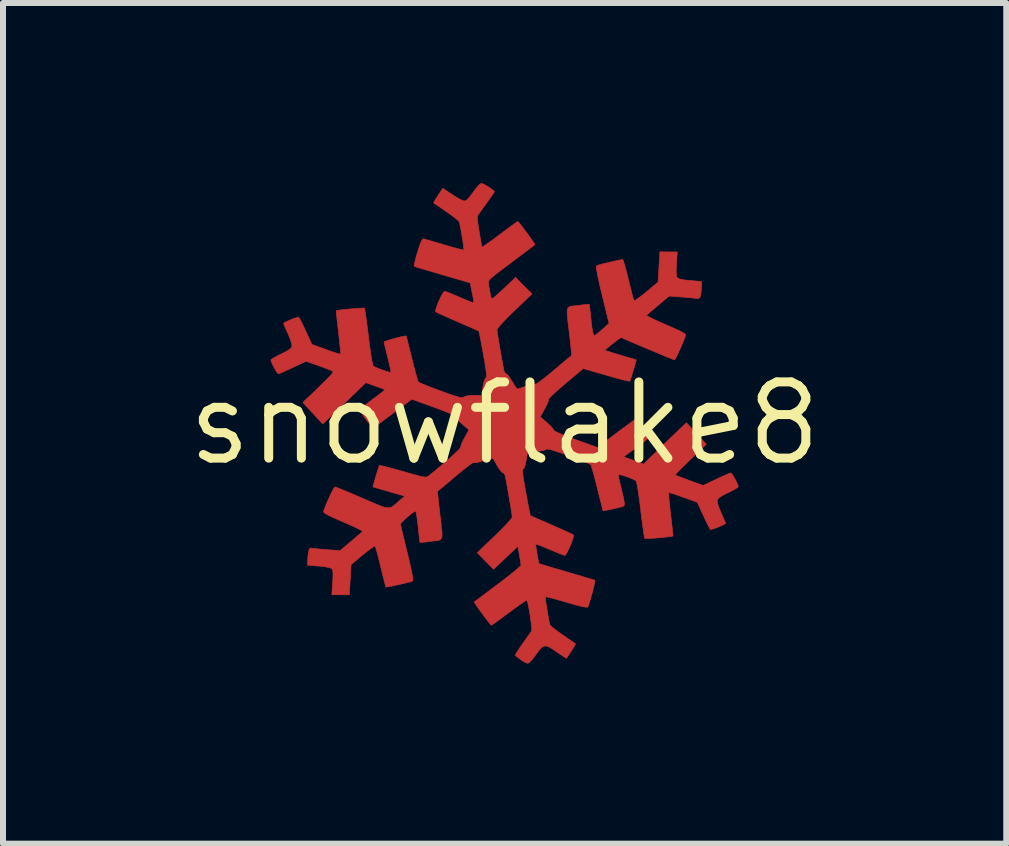
<source format=kicad_pcb>
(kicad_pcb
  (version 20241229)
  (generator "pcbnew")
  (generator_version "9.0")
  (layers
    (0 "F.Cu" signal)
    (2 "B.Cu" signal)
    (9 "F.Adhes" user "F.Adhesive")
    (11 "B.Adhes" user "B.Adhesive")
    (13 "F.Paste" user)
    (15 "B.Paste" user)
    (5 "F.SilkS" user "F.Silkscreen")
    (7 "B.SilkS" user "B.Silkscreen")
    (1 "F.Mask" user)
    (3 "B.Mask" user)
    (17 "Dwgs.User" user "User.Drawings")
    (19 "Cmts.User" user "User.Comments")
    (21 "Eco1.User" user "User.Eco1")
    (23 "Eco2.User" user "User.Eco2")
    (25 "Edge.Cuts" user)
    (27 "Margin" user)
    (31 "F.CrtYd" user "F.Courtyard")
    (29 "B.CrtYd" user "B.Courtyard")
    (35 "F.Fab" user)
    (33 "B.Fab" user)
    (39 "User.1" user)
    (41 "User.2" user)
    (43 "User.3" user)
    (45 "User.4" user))
  (footprint "snowflake8"
    (layer "F.Cu")
    (at 5.359 4.005)
    (property "Reference" "snowflake8" (at 0 0 0) (layer "F.SilkS") (effects (font (size 1.27 1.27) (thickness 0.15))))
    (attr through_hole)
    (fp_poly (pts (xy -0.358 -3.99) (xy -0.309 -3.964) (xy -0.254 -3.93) (xy -0.204 -3.895) (xy -0.174 -3.869) (xy -0.169 -3.862) (xy -0.181 -3.842) (xy -0.212 -3.795) (xy -0.259 -3.729) (xy -0.303 -3.667) (xy -0.359 -3.589) (xy -0.407 -3.522) (xy -0.44 -3.474) (xy -0.451 -3.457) (xy -0.454 -3.427) (xy -0.449 -3.365) (xy -0.438 -3.28) (xy -0.424 -3.194) (xy -0.407 -3.098) (xy -0.393 -3.017) (xy -0.384 -2.96) (xy -0.381 -2.938) (xy -0.365 -2.944) (xy -0.321 -2.972) (xy -0.254 -3.019) (xy -0.169 -3.08) (xy -0.085 -3.143) (xy 0.011 -3.215) (xy 0.095 -3.277) (xy 0.162 -3.326) (xy 0.205 -3.357) (xy 0.219 -3.365) (xy 0.236 -3.35) (xy 0.269 -3.308) (xy 0.315 -3.249) (xy 0.366 -3.18) (xy 0.417 -3.111) (xy 0.461 -3.048) (xy 0.493 -3.001) (xy 0.506 -2.977) (xy 0.505 -2.976) (xy 0.487 -2.962) (xy 0.439 -2.927) (xy 0.368 -2.873) (xy 0.277 -2.805) (xy 0.171 -2.726) (xy 0.109 -2.679) (xy -0.015 -2.586) (xy -0.109 -2.514) (xy -0.178 -2.46) (xy -0.224 -2.42) (xy -0.252 -2.39) (xy -0.266 -2.367) (xy -0.27 -2.346) (xy -0.268 -2.324) (xy -0.267 -2.321) (xy -0.256 -2.255) (xy -0.243 -2.178) (xy -0.241 -2.164) (xy -0.229 -2.109) (xy -0.215 -2.078) (xy -0.21 -2.074) (xy -0.189 -2.088) (xy -0.144 -2.126) (xy -0.081 -2.182) (xy -0.008 -2.25) (xy -0.005 -2.253) (xy 0.183 -2.432) (xy 0.319 -2.294) (xy 0.455 -2.156) (xy 0.164 -1.877) (xy 0.062 -1.778) (xy -0.021 -1.692) (xy -0.083 -1.624) (xy -0.119 -1.577) (xy -0.127 -1.559) (xy -0.124 -1.527) (xy -0.114 -1.463) (xy -0.1 -1.374) (xy -0.082 -1.272) (xy -0.064 -1.164) (xy -0.045 -1.059) (xy -0.028 -0.966) (xy -0.014 -0.895) (xy -0.01 -0.873) (xy 0.008 -0.836) (xy 0.027 -0.825) (xy 0.05 -0.808) (xy 0.085 -0.763) (xy 0.125 -0.7) (xy 0.126 -0.698) (xy 0.164 -0.635) (xy 0.195 -0.59) (xy 0.213 -0.572) (xy 0.213 -0.572) (xy 0.239 -0.578) (xy 0.293 -0.597) (xy 0.363 -0.622) (xy 0.366 -0.624) (xy 0.45 -0.651) (xy 0.499 -0.659) (xy 0.513 -0.653) (xy 0.53 -0.658) (xy 0.575 -0.687) (xy 0.641 -0.737) (xy 0.724 -0.803) (xy 0.816 -0.879) (xy 0.91 -0.959) (xy 0.992 -1.028) (xy 1.058 -1.083) (xy 1.101 -1.119) (xy 1.117 -1.133) (xy 1.116 -1.154) (xy 1.111 -1.21) (xy 1.102 -1.294) (xy 1.091 -1.4) (xy 1.08 -1.494) (xy 1.062 -1.643) (xy 1.049 -1.754) (xy 1.042 -1.835) (xy 1.043 -1.889) (xy 1.055 -1.923) (xy 1.078 -1.943) (xy 1.114 -1.953) (xy 1.164 -1.959) (xy 1.221 -1.965) (xy 1.304 -1.975) (xy 1.368 -1.982) (xy 1.405 -1.985) (xy 1.41 -1.984) (xy 1.414 -1.962) (xy 1.421 -1.907) (xy 1.43 -1.826) (xy 1.441 -1.727) (xy 1.441 -1.72) (xy 1.454 -1.61) (xy 1.468 -1.527) (xy 1.481 -1.476) (xy 1.491 -1.461) (xy 1.517 -1.475) (xy 1.564 -1.51) (xy 1.622 -1.56) (xy 1.627 -1.564) (xy 1.741 -1.666) (xy 1.625 -2.14) (xy 1.583 -2.317) (xy 1.553 -2.454) (xy 1.535 -2.551) (xy 1.529 -2.609) (xy 1.533 -2.627) (xy 1.561 -2.637) (xy 1.619 -2.653) (xy 1.696 -2.672) (xy 1.781 -2.692) (xy 1.861 -2.71) (xy 1.926 -2.724) (xy 1.964 -2.73) (xy 1.967 -2.731) (xy 1.978 -2.711) (xy 1.995 -2.657) (xy 2.018 -2.576) (xy 2.045 -2.474) (xy 2.063 -2.397) (xy 2.091 -2.284) (xy 2.116 -2.184) (xy 2.137 -2.107) (xy 2.152 -2.059) (xy 2.158 -2.047) (xy 2.179 -2.053) (xy 2.225 -2.083) (xy 2.29 -2.131) (xy 2.365 -2.192) (xy 2.365 -2.192) (xy 2.558 -2.354) (xy 2.573 -2.606) (xy 2.588 -2.858) (xy 2.733 -2.857) (xy 2.878 -2.857) (xy 2.864 -2.657) (xy 2.859 -2.548) (xy 2.862 -2.475) (xy 2.872 -2.433) (xy 2.877 -2.426) (xy 2.916 -2.406) (xy 2.996 -2.39) (xy 3.092 -2.38) (xy 3.281 -2.365) (xy 3.281 -2.286) (xy 3.277 -2.211) (xy 3.268 -2.14) (xy 3.267 -2.139) (xy 3.254 -2.093) (xy 3.23 -2.078) (xy 3.188 -2.082) (xy 3.137 -2.089) (xy 3.058 -2.097) (xy 2.965 -2.105) (xy 2.932 -2.107) (xy 2.741 -2.121) (xy 2.561 -1.969) (xy 2.487 -1.906) (xy 2.425 -1.853) (xy 2.382 -1.816) (xy 2.366 -1.802) (xy 2.379 -1.789) (xy 2.426 -1.764) (xy 2.5 -1.727) (xy 2.595 -1.684) (xy 2.69 -1.642) (xy 2.816 -1.588) (xy 2.908 -1.546) (xy 2.969 -1.514) (xy 3.004 -1.491) (xy 3.017 -1.473) (xy 3.017 -1.463) (xy 2.985 -1.382) (xy 2.949 -1.294) (xy 2.911 -1.21) (xy 2.876 -1.136) (xy 2.849 -1.083) (xy 2.832 -1.059) (xy 2.83 -1.058) (xy 2.808 -1.066) (xy 2.754 -1.088) (xy 2.674 -1.12) (xy 2.576 -1.161) (xy 2.466 -1.207) (xy 2.352 -1.255) (xy 2.24 -1.302) (xy 2.137 -1.346) (xy 2.049 -1.384) (xy 1.984 -1.412) (xy 1.949 -1.428) (xy 1.946 -1.43) (xy 1.925 -1.421) (xy 1.881 -1.39) (xy 1.821 -1.344) (xy 1.801 -1.328) (xy 1.667 -1.219) (xy 1.781 -1.182) (xy 1.862 -1.157) (xy 1.961 -1.127) (xy 2.045 -1.102) (xy 2.196 -1.058) (xy 2.146 -0.886) (xy 2.122 -0.806) (xy 2.102 -0.743) (xy 2.088 -0.707) (xy 2.085 -0.702) (xy 2.063 -0.705) (xy 2.006 -0.717) (xy 1.921 -0.739) (xy 1.816 -0.768) (xy 1.696 -0.802) (xy 1.693 -0.803) (xy 1.311 -0.914) (xy 1.016 -0.666) (xy 0.923 -0.586) (xy 0.843 -0.515) (xy 0.781 -0.457) (xy 0.743 -0.417) (xy 0.732 -0.399) (xy 0.728 -0.372) (xy 0.708 -0.32) (xy 0.674 -0.253) (xy 0.669 -0.244) (xy 0.594 -0.108) (xy 0.711 -0.008) (xy 0.766 0.043) (xy 0.805 0.087) (xy 0.819 0.113) (xy 0.819 0.114) (xy 0.835 0.129) (xy 0.887 0.155) (xy 0.968 0.189) (xy 1.074 0.231) (xy 1.18 0.27) (xy 1.548 0.402) (xy 1.711 0.279) (xy 1.808 0.206) (xy 1.918 0.123) (xy 2.02 0.048) (xy 2.036 0.037) (xy 2.199 -0.083) (xy 2.308 0.064) (xy 2.356 0.133) (xy 2.392 0.189) (xy 2.409 0.224) (xy 2.41 0.231) (xy 2.391 0.25) (xy 2.344 0.289) (xy 2.277 0.341) (xy 2.197 0.401) (xy 2.193 0.404) (xy 1.984 0.557) (xy 2.15 0.618) (xy 2.315 0.679) (xy 2.528 0.472) (xy 2.622 0.381) (xy 2.72 0.286) (xy 2.812 0.198) (xy 2.885 0.128) (xy 2.886 0.127) (xy 3.03 -0.011) (xy 3.196 0.169) (xy 3.362 0.348) (xy 3.098 0.6) (xy 3.013 0.683) (xy 2.94 0.755) (xy 2.884 0.812) (xy 2.851 0.849) (xy 2.843 0.86) (xy 2.865 0.87) (xy 2.919 0.892) (xy 2.996 0.921) (xy 3.08 0.952) (xy 3.309 1.035) (xy 3.531 0.93) (xy 3.62 0.889) (xy 3.695 0.855) (xy 3.748 0.833) (xy 3.77 0.826) (xy 3.788 0.843) (xy 3.816 0.886) (xy 3.847 0.942) (xy 3.875 0.998) (xy 3.892 1.042) (xy 3.895 1.056) (xy 3.877 1.073) (xy 3.829 1.102) (xy 3.76 1.138) (xy 3.725 1.155) (xy 3.628 1.204) (xy 3.569 1.245) (xy 3.544 1.278) (xy 3.544 1.28) (xy 3.547 1.324) (xy 3.569 1.396) (xy 3.606 1.487) (xy 3.608 1.491) (xy 3.642 1.567) (xy 3.668 1.626) (xy 3.682 1.661) (xy 3.683 1.665) (xy 3.665 1.68) (xy 3.62 1.702) (xy 3.561 1.728) (xy 3.501 1.751) (xy 3.453 1.766) (xy 3.431 1.769) (xy 3.416 1.746) (xy 3.388 1.694) (xy 3.351 1.618) (xy 3.313 1.537) (xy 3.212 1.316) (xy 2.977 1.231) (xy 2.885 1.198) (xy 2.809 1.172) (xy 2.756 1.157) (xy 2.734 1.153) (xy 2.734 1.176) (xy 2.738 1.234) (xy 2.746 1.32) (xy 2.757 1.426) (xy 2.768 1.518) (xy 2.781 1.635) (xy 2.793 1.736) (xy 2.801 1.815) (xy 2.806 1.864) (xy 2.807 1.877) (xy 2.784 1.883) (xy 2.73 1.89) (xy 2.655 1.899) (xy 2.569 1.907) (xy 2.484 1.914) (xy 2.41 1.919) (xy 2.357 1.921) (xy 2.336 1.92) (xy 2.33 1.896) (xy 2.32 1.836) (xy 2.307 1.747) (xy 2.292 1.634) (xy 2.275 1.504) (xy 2.268 1.441) (xy 2.251 1.305) (xy 2.234 1.183) (xy 2.218 1.081) (xy 2.204 1.006) (xy 2.194 0.963) (xy 2.191 0.957) (xy 2.161 0.94) (xy 2.107 0.916) (xy 2.041 0.891) (xy 1.976 0.869) (xy 1.923 0.853) (xy 1.896 0.849) (xy 1.895 0.85) (xy 1.896 0.872) (xy 1.907 0.928) (xy 1.925 1.008) (xy 1.948 1.104) (xy 1.95 1.11) (xy 1.978 1.226) (xy 1.993 1.307) (xy 1.997 1.355) (xy 1.989 1.376) (xy 1.989 1.376) (xy 1.96 1.387) (xy 1.904 1.402) (xy 1.833 1.42) (xy 1.76 1.436) (xy 1.696 1.449) (xy 1.652 1.456) (xy 1.641 1.456) (xy 1.634 1.434) (xy 1.62 1.378) (xy 1.599 1.295) (xy 1.572 1.19) (xy 1.545 1.079) (xy 1.515 0.959) (xy 1.487 0.853) (xy 1.463 0.768) (xy 1.445 0.71) (xy 1.436 0.688) (xy 1.411 0.674) (xy 1.352 0.649) (xy 1.268 0.615) (xy 1.164 0.575) (xy 1.063 0.538) (xy 0.933 0.491) (xy 0.836 0.459) (xy 0.768 0.438) (xy 0.723 0.429) (xy 0.696 0.43) (xy 0.681 0.438) (xy 0.641 0.455) (xy 0.567 0.464) (xy 0.519 0.466) (xy 0.385 0.466) (xy 0.36 0.614) (xy 0.343 0.695) (xy 0.324 0.747) (xy 0.309 0.762) (xy 0.301 0.774) (xy 0.301 0.814) (xy 0.309 0.884) (xy 0.325 0.988) (xy 0.35 1.13) (xy 0.353 1.146) (xy 0.375 1.268) (xy 0.395 1.375) (xy 0.412 1.459) (xy 0.423 1.515) (xy 0.428 1.536) (xy 0.449 1.546) (xy 0.501 1.57) (xy 0.581 1.605) (xy 0.68 1.648) (xy 0.783 1.693) (xy 0.896 1.743) (xy 0.996 1.787) (xy 1.075 1.824) (xy 1.129 1.849) (xy 1.148 1.86) (xy 1.148 1.885) (xy 1.133 1.937) (xy 1.109 2.004) (xy 1.079 2.075) (xy 1.048 2.139) (xy 1.022 2.185) (xy 1.005 2.201) (xy 0.979 2.193) (xy 0.922 2.172) (xy 0.843 2.14) (xy 0.756 2.103) (xy 0.666 2.066) (xy 0.592 2.036) (xy 0.54 2.018) (xy 0.52 2.013) (xy 0.52 2.036) (xy 0.526 2.087) (xy 0.537 2.155) (xy 0.55 2.226) (xy 0.562 2.289) (xy 0.572 2.329) (xy 0.576 2.338) (xy 0.597 2.345) (xy 0.653 2.362) (xy 0.738 2.388) (xy 0.846 2.42) (xy 0.971 2.456) (xy 1.037 2.476) (xy 1.169 2.515) (xy 1.288 2.55) (xy 1.386 2.579) (xy 1.459 2.601) (xy 1.499 2.614) (xy 1.506 2.617) (xy 1.505 2.638) (xy 1.494 2.69) (xy 1.476 2.763) (xy 1.454 2.848) (xy 1.429 2.934) (xy 1.405 3.013) (xy 1.388 3.061) (xy 1.364 3.065) (xy 1.3 3.055) (xy 1.198 3.029) (xy 1.056 2.989) (xy 1.035 2.982) (xy 0.921 2.949) (xy 0.822 2.922) (xy 0.744 2.902) (xy 0.695 2.891) (xy 0.681 2.89) (xy 0.68 2.912) (xy 0.686 2.966) (xy 0.697 3.041) (xy 0.711 3.127) (xy 0.725 3.212) (xy 0.739 3.287) (xy 0.751 3.342) (xy 0.757 3.36) (xy 0.777 3.382) (xy 0.825 3.422) (xy 0.894 3.474) (xy 0.971 3.528) (xy 1.051 3.583) (xy 1.118 3.63) (xy 1.164 3.661) (xy 1.182 3.674) (xy 1.174 3.693) (xy 1.149 3.737) (xy 1.11 3.797) (xy 1.11 3.798) (xy 1.031 3.916) (xy 0.976 3.881) (xy 0.927 3.849) (xy 0.862 3.805) (xy 0.82 3.775) (xy 0.746 3.728) (xy 0.69 3.708) (xy 0.641 3.718) (xy 0.592 3.76) (xy 0.534 3.837) (xy 0.523 3.853) (xy 0.469 3.925) (xy 0.422 3.977) (xy 0.389 3.999) (xy 0.385 4) (xy 0.348 3.987) (xy 0.294 3.956) (xy 0.267 3.937) (xy 0.218 3.899) (xy 0.184 3.873) (xy 0.177 3.867) (xy 0.185 3.847) (xy 0.213 3.801) (xy 0.257 3.735) (xy 0.302 3.67) (xy 0.358 3.591) (xy 0.406 3.523) (xy 0.439 3.475) (xy 0.451 3.456) (xy 0.453 3.429) (xy 0.448 3.37) (xy 0.438 3.29) (xy 0.425 3.2) (xy 0.41 3.111) (xy 0.395 3.032) (xy 0.382 2.973) (xy 0.371 2.947) (xy 0.352 2.956) (xy 0.305 2.986) (xy 0.236 3.034) (xy 0.15 3.096) (xy 0.075 3.151) (xy -0.02 3.222) (xy -0.102 3.283) (xy -0.167 3.33) (xy -0.208 3.358) (xy -0.22 3.365) (xy -0.236 3.35) (xy -0.27 3.308) (xy -0.315 3.249) (xy -0.366 3.18) (xy -0.417 3.111) (xy -0.461 3.048) (xy -0.493 3.001) (xy -0.506 2.977) (xy -0.505 2.976) (xy -0.487 2.962) (xy -0.439 2.927) (xy -0.368 2.873) (xy -0.277 2.805) (xy -0.172 2.726) (xy -0.111 2.68) (xy -0.001 2.596) (xy 0.098 2.52) (xy 0.179 2.454) (xy 0.237 2.404) (xy 0.269 2.372) (xy 0.274 2.365) (xy 0.27 2.332) (xy 0.26 2.271) (xy 0.247 2.194) (xy 0.247 2.193) (xy 0.222 2.048) (xy 0.019 2.24) (xy -0.184 2.432) (xy -0.319 2.294) (xy -0.455 2.156) (xy -0.164 1.877) (xy -0.062 1.778) (xy 0.021 1.692) (xy 0.083 1.624) (xy 0.119 1.577) (xy 0.127 1.559) (xy 0.124 1.527) (xy 0.114 1.463) (xy 0.1 1.374) (xy 0.082 1.272) (xy 0.064 1.164) (xy 0.045 1.059) (xy 0.028 0.966) (xy 0.014 0.895) (xy 0.01 0.873) (xy -0.008 0.836) (xy -0.027 0.825) (xy -0.051 0.808) (xy -0.086 0.765) (xy -0.111 0.725) (xy -0.147 0.663) (xy -0.176 0.614) (xy -0.187 0.596) (xy -0.204 0.584) (xy -0.237 0.584) (xy -0.293 0.6) (xy -0.356 0.621) (xy -0.442 0.649) (xy -0.495 0.659) (xy -0.513 0.652) (xy -0.53 0.658) (xy -0.575 0.687) (xy -0.641 0.737) (xy -0.724 0.803) (xy -0.816 0.879) (xy -0.91 0.959) (xy -0.992 1.028) (xy -1.058 1.083) (xy -1.101 1.119) (xy -1.117 1.133) (xy -1.116 1.154) (xy -1.111 1.21) (xy -1.102 1.294) (xy -1.091 1.4) (xy -1.08 1.494) (xy -1.062 1.643) (xy -1.049 1.754) (xy -1.042 1.835) (xy -1.043 1.889) (xy -1.055 1.923) (xy -1.078 1.943) (xy -1.114 1.953) (xy -1.164 1.959) (xy -1.221 1.965) (xy -1.304 1.975) (xy -1.368 1.982) (xy -1.405 1.985) (xy -1.41 1.984) (xy -1.414 1.962) (xy -1.421 1.907) (xy -1.43 1.826) (xy -1.441 1.727) (xy -1.441 1.72) (xy -1.453 1.621) (xy -1.464 1.539) (xy -1.475 1.483) (xy -1.483 1.461) (xy -1.483 1.46) (xy -1.509 1.474) (xy -1.555 1.507) (xy -1.61 1.553) (xy -1.665 1.602) (xy -1.709 1.645) (xy -1.733 1.675) (xy -1.735 1.68) (xy -1.729 1.707) (xy -1.716 1.768) (xy -1.694 1.858) (xy -1.667 1.971) (xy -1.636 2.099) (xy -1.621 2.159) (xy -1.581 2.329) (xy -1.552 2.459) (xy -1.534 2.552) (xy -1.528 2.608) (xy -1.532 2.627) (xy -1.563 2.638) (xy -1.621 2.654) (xy -1.697 2.672) (xy -1.78 2.691) (xy -1.86 2.708) (xy -1.927 2.721) (xy -1.969 2.728) (xy -1.978 2.727) (xy -1.985 2.705) (xy -2 2.649) (xy -2.021 2.566) (xy -2.047 2.463) (xy -2.064 2.392) (xy -2.092 2.279) (xy -2.117 2.181) (xy -2.138 2.105) (xy -2.153 2.058) (xy -2.158 2.047) (xy -2.179 2.053) (xy -2.225 2.083) (xy -2.29 2.131) (xy -2.365 2.192) (xy -2.365 2.192) (xy -2.558 2.354) (xy -2.573 2.606) (xy -2.588 2.857) (xy -2.879 2.857) (xy -2.865 2.651) (xy -2.86 2.551) (xy -2.86 2.485) (xy -2.866 2.444) (xy -2.879 2.422) (xy -2.883 2.418) (xy -2.917 2.405) (xy -2.982 2.392) (xy -3.065 2.381) (xy -3.097 2.379) (xy -3.281 2.364) (xy -3.281 2.286) (xy -3.277 2.211) (xy -3.267 2.14) (xy -3.267 2.139) (xy -3.254 2.093) (xy -3.23 2.078) (xy -3.188 2.082) (xy -3.137 2.089) (xy -3.058 2.097) (xy -2.965 2.105) (xy -2.932 2.107) (xy -2.741 2.121) (xy -2.561 1.969) (xy -2.487 1.906) (xy -2.425 1.853) (xy -2.382 1.816) (xy -2.366 1.802) (xy -2.379 1.789) (xy -2.426 1.764) (xy -2.5 1.727) (xy -2.595 1.684) (xy -2.69 1.642) (xy -2.816 1.588) (xy -2.908 1.546) (xy -2.969 1.514) (xy -3.004 1.491) (xy -3.017 1.473) (xy -3.017 1.463) (xy -2.982 1.373) (xy -2.943 1.281) (xy -2.904 1.195) (xy -2.869 1.124) (xy -2.842 1.076) (xy -2.827 1.059) (xy -2.802 1.067) (xy -2.744 1.09) (xy -2.658 1.125) (xy -2.552 1.169) (xy -2.431 1.221) (xy -2.371 1.247) (xy -2.229 1.308) (xy -2.121 1.355) (xy -2.039 1.387) (xy -1.978 1.404) (xy -1.931 1.408) (xy -1.892 1.399) (xy -1.855 1.377) (xy -1.812 1.342) (xy -1.759 1.294) (xy -1.747 1.284) (xy -1.663 1.212) (xy -1.789 1.176) (xy -1.881 1.15) (xy -1.986 1.119) (xy -2.056 1.099) (xy -2.196 1.058) (xy -2.146 0.886) (xy -2.122 0.806) (xy -2.102 0.743) (xy -2.088 0.707) (xy -2.085 0.703) (xy -2.063 0.705) (xy -2.006 0.717) (xy -1.922 0.739) (xy -1.816 0.767) (xy -1.696 0.801) (xy -1.692 0.802) (xy -1.559 0.84) (xy -1.459 0.867) (xy -1.389 0.885) (xy -1.34 0.894) (xy -1.308 0.895) (xy -1.286 0.889) (xy -1.268 0.878) (xy -1.263 0.874) (xy -1.154 0.786) (xy -1.049 0.697) (xy -0.951 0.613) (xy -0.865 0.537) (xy -0.797 0.473) (xy -0.751 0.427) (xy -0.732 0.402) (xy -0.732 0.399) (xy -0.728 0.373) (xy -0.708 0.32) (xy -0.674 0.252) (xy -0.669 0.244) (xy -0.594 0.108) (xy -0.711 0.008) (xy -0.766 -0.043) (xy -0.805 -0.087) (xy -0.819 -0.113) (xy -0.819 -0.114) (xy -0.835 -0.129) (xy -0.887 -0.155) (xy -0.968 -0.19) (xy -1.074 -0.231) (xy -1.179 -0.27) (xy -1.546 -0.402) (xy -1.847 -0.177) (xy -1.946 -0.103) (xy -2.034 -0.037) (xy -2.105 0.017) (xy -2.154 0.053) (xy -2.172 0.067) (xy -2.198 0.061) (xy -2.243 0.018) (xy -2.305 -0.06) (xy -2.354 -0.128) (xy -2.391 -0.184) (xy -2.411 -0.219) (xy -2.412 -0.225) (xy -2.396 -0.244) (xy -2.352 -0.282) (xy -2.286 -0.334) (xy -2.206 -0.395) (xy -2.2 -0.4) (xy -2.12 -0.459) (xy -2.055 -0.509) (xy -2.011 -0.545) (xy -1.994 -0.561) (xy -1.994 -0.561) (xy -2.016 -0.57) (xy -2.067 -0.59) (xy -2.138 -0.616) (xy -2.156 -0.622) (xy -2.312 -0.678) (xy -2.537 -0.461) (xy -2.631 -0.371) (xy -2.728 -0.278) (xy -2.817 -0.193) (xy -2.887 -0.125) (xy -2.896 -0.117) (xy -3.03 0.011) (xy -3.196 -0.169) (xy -3.362 -0.348) (xy -3.097 -0.601) (xy -2.996 -0.699) (xy -2.924 -0.773) (xy -2.88 -0.824) (xy -2.86 -0.856) (xy -2.863 -0.87) (xy -2.894 -0.884) (xy -2.956 -0.908) (xy -3.038 -0.939) (xy -3.1 -0.961) (xy -3.308 -1.035) (xy -3.53 -0.93) (xy -3.619 -0.889) (xy -3.695 -0.855) (xy -3.748 -0.833) (xy -3.77 -0.826) (xy -3.788 -0.843) (xy -3.816 -0.886) (xy -3.847 -0.942) (xy -3.875 -0.998) (xy -3.892 -1.042) (xy -3.895 -1.056) (xy -3.877 -1.073) (xy -3.829 -1.102) (xy -3.76 -1.138) (xy -3.725 -1.155) (xy -3.628 -1.204) (xy -3.569 -1.245) (xy -3.544 -1.278) (xy -3.544 -1.28) (xy -3.547 -1.324) (xy -3.569 -1.396) (xy -3.606 -1.487) (xy -3.608 -1.491) (xy -3.642 -1.567) (xy -3.668 -1.626) (xy -3.682 -1.661) (xy -3.683 -1.665) (xy -3.665 -1.68) (xy -3.62 -1.702) (xy -3.561 -1.728) (xy -3.501 -1.751) (xy -3.453 -1.766) (xy -3.431 -1.769) (xy -3.416 -1.746) (xy -3.388 -1.694) (xy -3.351 -1.618) (xy -3.313 -1.537) (xy -3.212 -1.316) (xy -2.977 -1.231) (xy -2.885 -1.198) (xy -2.809 -1.172) (xy -2.756 -1.157) (xy -2.734 -1.153) (xy -2.734 -1.176) (xy -2.738 -1.234) (xy -2.746 -1.32) (xy -2.757 -1.426) (xy -2.768 -1.518) (xy -2.781 -1.635) (xy -2.793 -1.736) (xy -2.801 -1.815) (xy -2.806 -1.864) (xy -2.807 -1.877) (xy -2.784 -1.883) (xy -2.73 -1.89) (xy -2.655 -1.899) (xy -2.569 -1.907) (xy -2.484 -1.914) (xy -2.41 -1.919) (xy -2.357 -1.921) (xy -2.336 -1.92) (xy -2.33 -1.896) (xy -2.32 -1.836) (xy -2.307 -1.747) (xy -2.292 -1.634) (xy -2.275 -1.504) (xy -2.268 -1.441) (xy -2.251 -1.305) (xy -2.234 -1.183) (xy -2.218 -1.081) (xy -2.204 -1.006) (xy -2.194 -0.963) (xy -2.191 -0.957) (xy -2.161 -0.94) (xy -2.107 -0.916) (xy -2.041 -0.891) (xy -1.976 -0.869) (xy -1.923 -0.853) (xy -1.896 -0.849) (xy -1.895 -0.85) (xy -1.896 -0.872) (xy -1.907 -0.928) (xy -1.925 -1.007) (xy -1.948 -1.101) (xy -1.972 -1.197) (xy -1.992 -1.278) (xy -2.005 -1.334) (xy -2.01 -1.357) (xy -1.992 -1.367) (xy -1.943 -1.383) (xy -1.876 -1.403) (xy -1.801 -1.423) (xy -1.73 -1.441) (xy -1.673 -1.453) (xy -1.643 -1.457) (xy -1.641 -1.456) (xy -1.635 -1.435) (xy -1.62 -1.379) (xy -1.599 -1.295) (xy -1.572 -1.189) (xy -1.545 -1.079) (xy -1.515 -0.959) (xy -1.487 -0.853) (xy -1.463 -0.768) (xy -1.445 -0.71) (xy -1.436 -0.688) (xy -1.411 -0.675) (xy -1.352 -0.65) (xy -1.268 -0.616) (xy -1.164 -0.576) (xy -1.063 -0.539) (xy -0.933 -0.492) (xy -0.836 -0.459) (xy -0.768 -0.438) (xy -0.723 -0.429) (xy -0.696 -0.43) (xy -0.681 -0.438) (xy -0.641 -0.455) (xy -0.567 -0.464) (xy -0.519 -0.466) (xy -0.385 -0.466) (xy -0.36 -0.614) (xy -0.343 -0.695) (xy -0.324 -0.747) (xy -0.309 -0.762) (xy -0.301 -0.774) (xy -0.301 -0.814) (xy -0.309 -0.884) (xy -0.325 -0.988) (xy -0.35 -1.13) (xy -0.353 -1.146) (xy -0.375 -1.268) (xy -0.395 -1.375) (xy -0.412 -1.46) (xy -0.424 -1.516) (xy -0.429 -1.537) (xy -0.45 -1.547) (xy -0.503 -1.571) (xy -0.582 -1.606) (xy -0.681 -1.649) (xy -0.784 -1.694) (xy -0.897 -1.743) (xy -0.996 -1.788) (xy -1.076 -1.824) (xy -1.129 -1.849) (xy -1.148 -1.86) (xy -1.149 -1.886) (xy -1.134 -1.938) (xy -1.109 -2.005) (xy -1.078 -2.076) (xy -1.046 -2.14) (xy -1.018 -2.185) (xy -1.001 -2.201) (xy -0.972 -2.193) (xy -0.913 -2.171) (xy -0.834 -2.138) (xy -0.76 -2.106) (xy -0.671 -2.068) (xy -0.597 -2.037) (xy -0.546 -2.017) (xy -0.526 -2.011) (xy -0.515 -2.028) (xy -0.517 -2.058) (xy -0.527 -2.106) (xy -0.541 -2.176) (xy -0.55 -2.224) (xy -0.573 -2.341) (xy -1.033 -2.475) (xy -1.165 -2.514) (xy -1.284 -2.549) (xy -1.384 -2.579) (xy -1.457 -2.601) (xy -1.499 -2.614) (xy -1.506 -2.617) (xy -1.506 -2.639) (xy -1.495 -2.693) (xy -1.475 -2.77) (xy -1.451 -2.852) (xy -1.418 -2.956) (xy -1.393 -3.025) (xy -1.372 -3.062) (xy -1.353 -3.074) (xy -1.349 -3.074) (xy -1.318 -3.066) (xy -1.254 -3.048) (xy -1.166 -3.022) (xy -1.06 -2.991) (xy -1.003 -2.974) (xy -0.894 -2.942) (xy -0.801 -2.917) (xy -0.73 -2.898) (xy -0.688 -2.89) (xy -0.68 -2.89) (xy -0.68 -2.913) (xy -0.686 -2.967) (xy -0.697 -3.042) (xy -0.711 -3.127) (xy -0.725 -3.212) (xy -0.739 -3.288) (xy -0.751 -3.342) (xy -0.757 -3.361) (xy -0.778 -3.383) (xy -0.826 -3.423) (xy -0.895 -3.475) (xy -0.971 -3.529) (xy -1.051 -3.584) (xy -1.118 -3.63) (xy -1.164 -3.662) (xy -1.182 -3.674) (xy -1.174 -3.693) (xy -1.149 -3.737) (xy -1.11 -3.797) (xy -1.11 -3.798) (xy -1.031 -3.916) (xy -0.976 -3.881) (xy -0.927 -3.849) (xy -0.861 -3.805) (xy -0.815 -3.775) (xy -0.751 -3.737) (xy -0.695 -3.711) (xy -0.667 -3.705) (xy -0.628 -3.724) (xy -0.574 -3.783) (xy -0.523 -3.853) (xy -0.473 -3.92) (xy -0.428 -3.972) (xy -0.396 -3.998) (xy -0.389 -4) (xy -0.358 -3.99)) (stroke (width 0.01) (type solid)) (fill yes) (layer "F.Cu")))
  (gr_rect
    (start -3 -3)
    (end 13.719 11.01)
    (stroke (width 0.1) (type default))
    (fill no)
    (layer "Edge.Cuts")))
</source>
